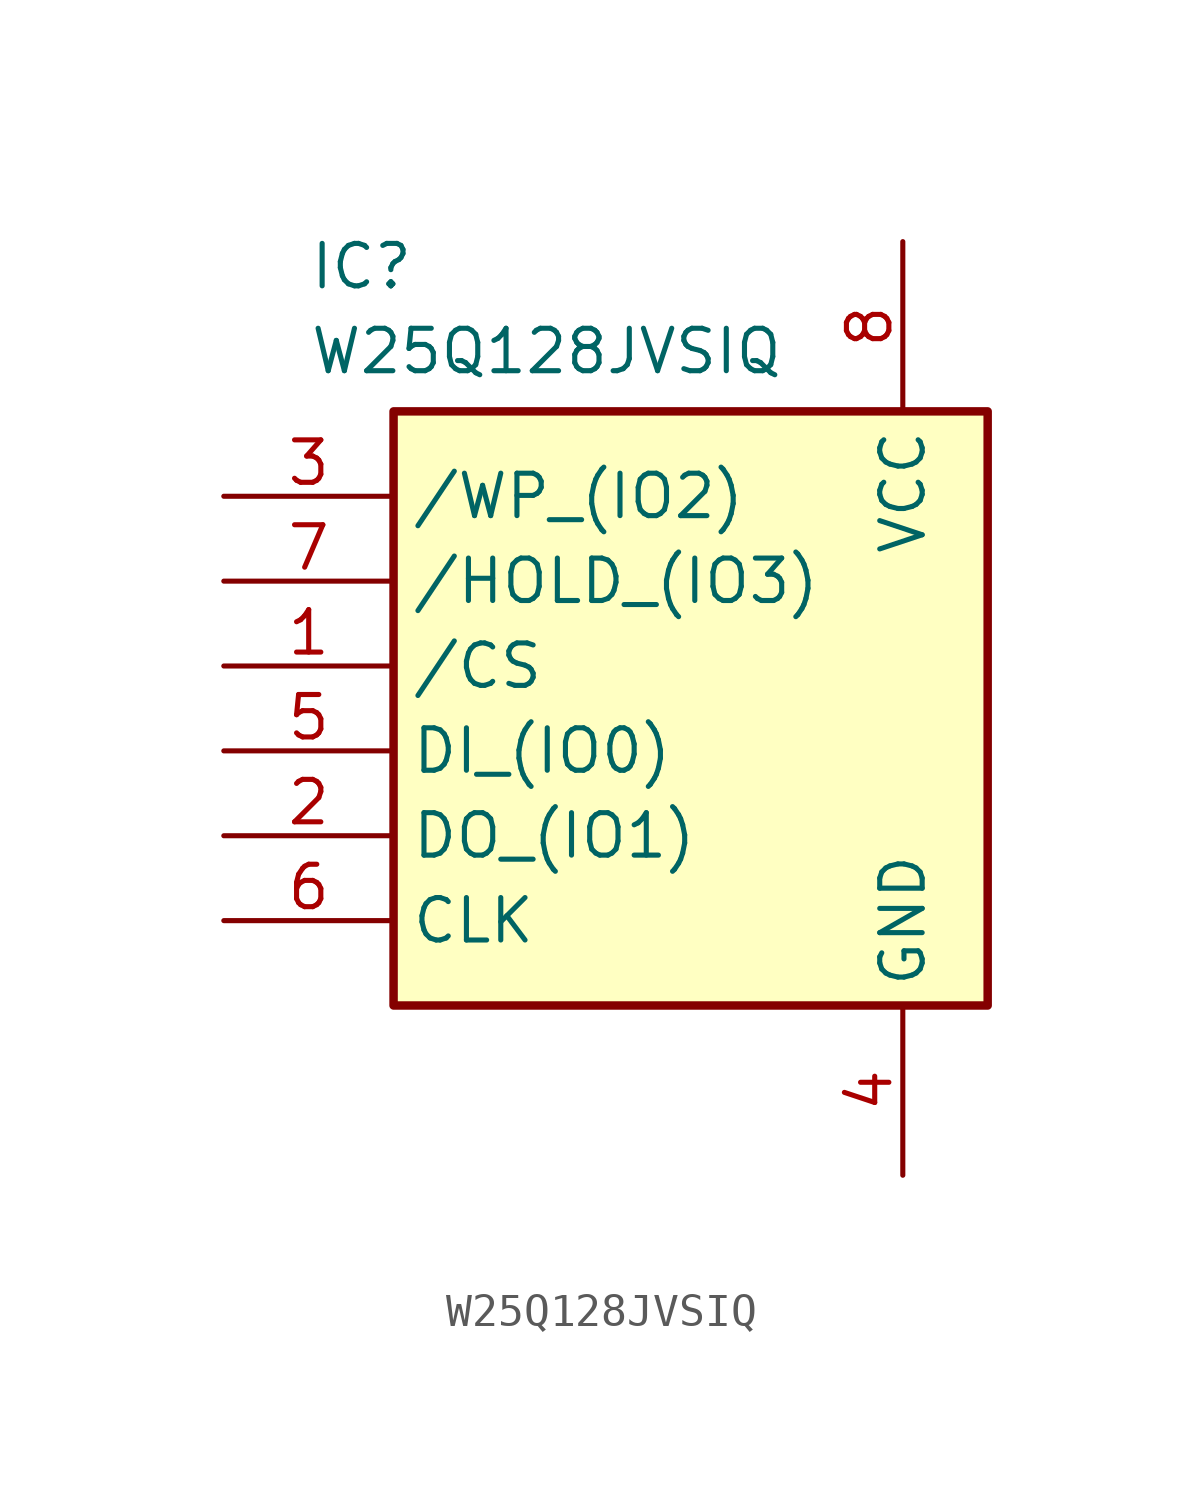
<source format=kicad_sym>
(kicad_symbol_lib
  (version 20241209)
  (generator "kicad_symbol_editor")
  (generator_version "9.0")
  (symbol "W25Q128JVSIQ"
    (property "Reference" "IC"
      (at 2.54 7.62 0)
      (effects (font (size 1.27 1.27)) (justify left top)))
    (property "Value" "W25Q128JVSIQ"
      (at 2.54 5.08 0)
      (effects (font (size 1.27 1.27)) (justify left top)))
    (symbol "W25Q128JVSIQ_1_1"
      (rectangle (start 5.08 2.54) (end 22.86 -15.24) (stroke (width 0.254) (type default)) (fill (type background)))
      (pin passive line (at 0 0 0) (length 5.08) (name "/WP_(IO2)" (effects (font (size 1.27 1.27)))) (number "3" (effects (font (size 1.27 1.27)))))
      (pin passive line (at 0 -2.54 0) (length 5.08) (name "/HOLD_(IO3)" (effects (font (size 1.27 1.27)))) (number "7" (effects (font (size 1.27 1.27)))))
      (pin passive line (at 0 -5.08 0) (length 5.08) (name "/CS" (effects (font (size 1.27 1.27)))) (number "1" (effects (font (size 1.27 1.27)))))
      (pin passive line (at 0 -7.62 0) (length 5.08) (name "DI_(IO0)" (effects (font (size 1.27 1.27)))) (number "5" (effects (font (size 1.27 1.27)))))
      (pin passive line (at 0 -10.16 0) (length 5.08) (name "DO_(IO1)" (effects (font (size 1.27 1.27)))) (number "2" (effects (font (size 1.27 1.27)))))
      (pin passive line (at 0 -12.7 0) (length 5.08) (name "CLK" (effects (font (size 1.27 1.27)))) (number "6" (effects (font (size 1.27 1.27)))))
      (pin passive line (at 20.32 7.62 270) (length 5.08) (name "VCC" (effects (font (size 1.27 1.27)))) (number "8" (effects (font (size 1.27 1.27)))))
      (pin passive line (at 20.32 -20.32 90) (length 5.08) (name "GND" (effects (font (size 1.27 1.27)))) (number "4" (effects (font (size 1.27 1.27))))))))
</source>
